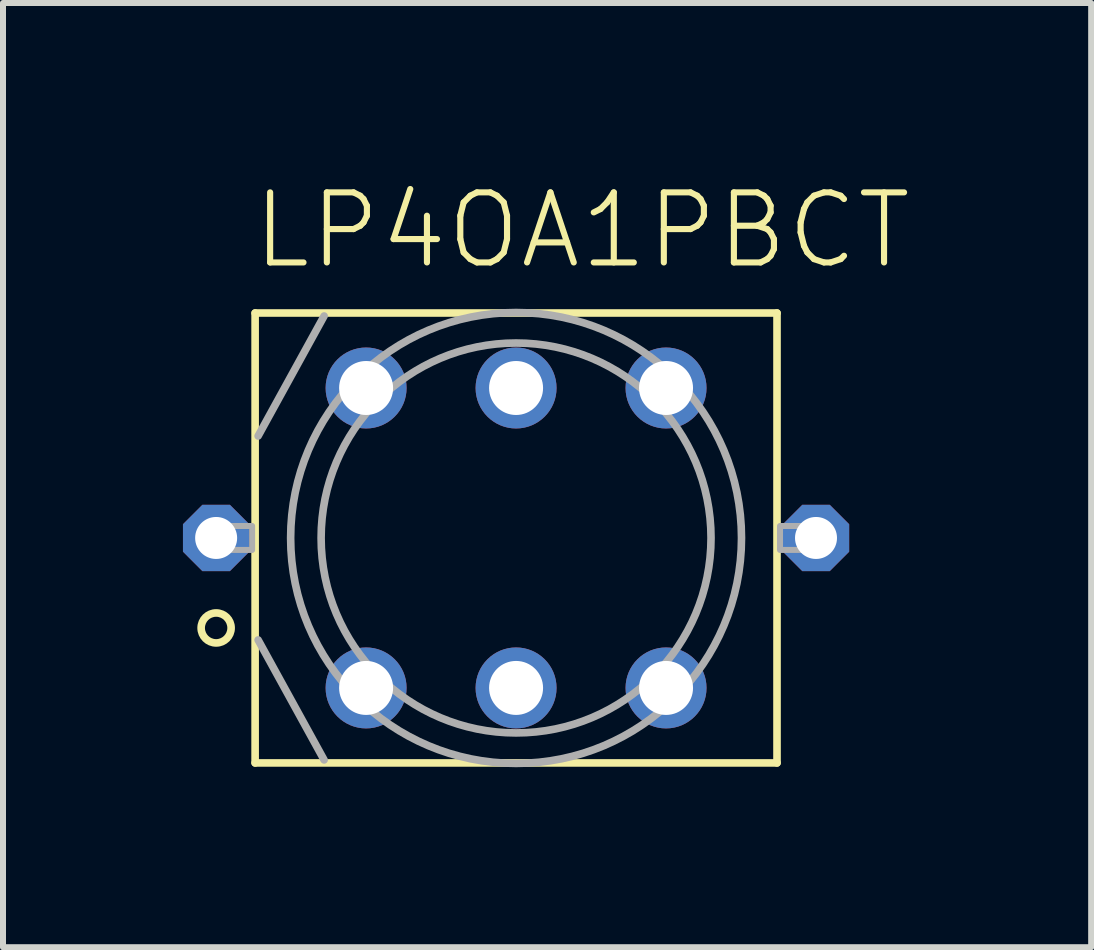
<source format=kicad_pcb>
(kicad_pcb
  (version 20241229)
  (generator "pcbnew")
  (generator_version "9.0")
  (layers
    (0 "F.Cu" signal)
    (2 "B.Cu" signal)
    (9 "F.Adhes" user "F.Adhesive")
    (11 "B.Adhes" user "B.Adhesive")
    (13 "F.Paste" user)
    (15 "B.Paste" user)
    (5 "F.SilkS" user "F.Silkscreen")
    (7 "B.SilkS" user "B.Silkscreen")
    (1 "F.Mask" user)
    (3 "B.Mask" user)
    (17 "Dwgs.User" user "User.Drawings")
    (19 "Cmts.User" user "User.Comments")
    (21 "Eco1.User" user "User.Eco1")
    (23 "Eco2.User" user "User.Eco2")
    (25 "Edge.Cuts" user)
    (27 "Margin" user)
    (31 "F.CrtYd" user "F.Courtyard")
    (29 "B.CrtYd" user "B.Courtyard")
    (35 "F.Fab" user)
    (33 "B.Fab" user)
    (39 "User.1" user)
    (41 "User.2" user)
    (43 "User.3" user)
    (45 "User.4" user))
  (footprint "LP4OA1PBCT"
    (layer "F.Cu")
    (at 5.553 5.918)
    (property "Reference" "LP4OA1PBCT" (at -4.445 -4.445 0) (unlocked yes) (layer "F.SilkS") (effects (font (size 1.168 1.168) (thickness 0.102)) (justify left bottom)))
    (fp_line (start -4.35 -3.75) (end 4.35 -3.75) (stroke (width 0.127) (type solid)) (layer "F.SilkS"))
    (fp_line (start -4.35 3.75) (end -4.35 -3.75) (stroke (width 0.127) (type solid)) (layer "F.SilkS"))
    (fp_line (start -4.35 3.75) (end 4.35 3.75) (stroke (width 0.127) (type solid)) (layer "F.SilkS"))
    (fp_line (start 4.35 3.75) (end 4.35 -3.75) (stroke (width 0.127) (type solid)) (layer "F.SilkS"))
    (fp_circle (center -5 1.5) (end -4.75 1.5) (stroke (width 0.127) (type solid)) (fill no) (layer "F.SilkS"))
    (fp_line (start -4.3 1.7) (end -3.2 3.7) (stroke (width 0.127) (type solid)) (layer "F.Fab"))
    (fp_line (start -3.2 -3.7) (end -4.3 -1.7) (stroke (width 0.127) (type solid)) (layer "F.Fab"))
    (fp_circle (center 0 0) (end 3.25 0) (stroke (width 0.127) (type solid)) (fill no) (layer "F.Fab"))
    (fp_circle (center 0 0) (end 3.758 0) (stroke (width 0.127) (type solid)) (fill no) (layer "F.Fab"))
    (fp_poly (pts (xy -5 0.2) (xy -4.4 0.2) (xy -4.4 -0.2) (xy -5 -0.2)) (stroke (width 0.1) (type default)) (fill no) (layer "F.Fab"))
    (fp_poly (pts (xy 4.4 0.2) (xy 5 0.2) (xy 5 -0.2) (xy 4.4 -0.2)) (stroke (width 0.1) (type default)) (fill no) (layer "F.Fab"))
    (pad "L1" thru_hole roundrect (at 5 0) (size 1.106 1.106) (drill 0.7) (layers "*.Cu" "*.Mask") (roundrect_rratio 0.25) (chamfer_ratio 0.293) (chamfer top_left top_right bottom_left bottom_right))
    (pad "L2" thru_hole roundrect (at -5 0) (size 1.106 1.106) (drill 0.7) (layers "*.Cu" "*.Mask") (roundrect_rratio 0.25) (chamfer_ratio 0.293) (chamfer top_left top_right bottom_left bottom_right))
    (pad "P1" thru_hole circle (at 2.5 -2.5) (size 1.35 1.35) (drill 0.9) (layers "*.Cu" "*.Mask"))
    (pad "P2" thru_hole circle (at 0 -2.5) (size 1.35 1.35) (drill 0.9) (layers "*.Cu" "*.Mask"))
    (pad "P3" thru_hole circle (at -2.5 -2.5) (size 1.35 1.35) (drill 0.9) (layers "*.Cu" "*.Mask"))
    (pad "P4" thru_hole circle (at 2.5 2.5) (size 1.35 1.35) (drill 0.9) (layers "*.Cu" "*.Mask"))
    (pad "P5" thru_hole circle (at 0 2.5) (size 1.35 1.35) (drill 0.9) (layers "*.Cu" "*.Mask"))
    (pad "P6" thru_hole circle (at -2.5 2.5) (size 1.35 1.35) (drill 0.9) (layers "*.Cu" "*.Mask")))
  (gr_rect
    (start -3 -3)
    (end 15.14 12.74)
    (stroke (width 0.1) (type default))
    (fill no)
    (layer "Edge.Cuts")))
</source>
